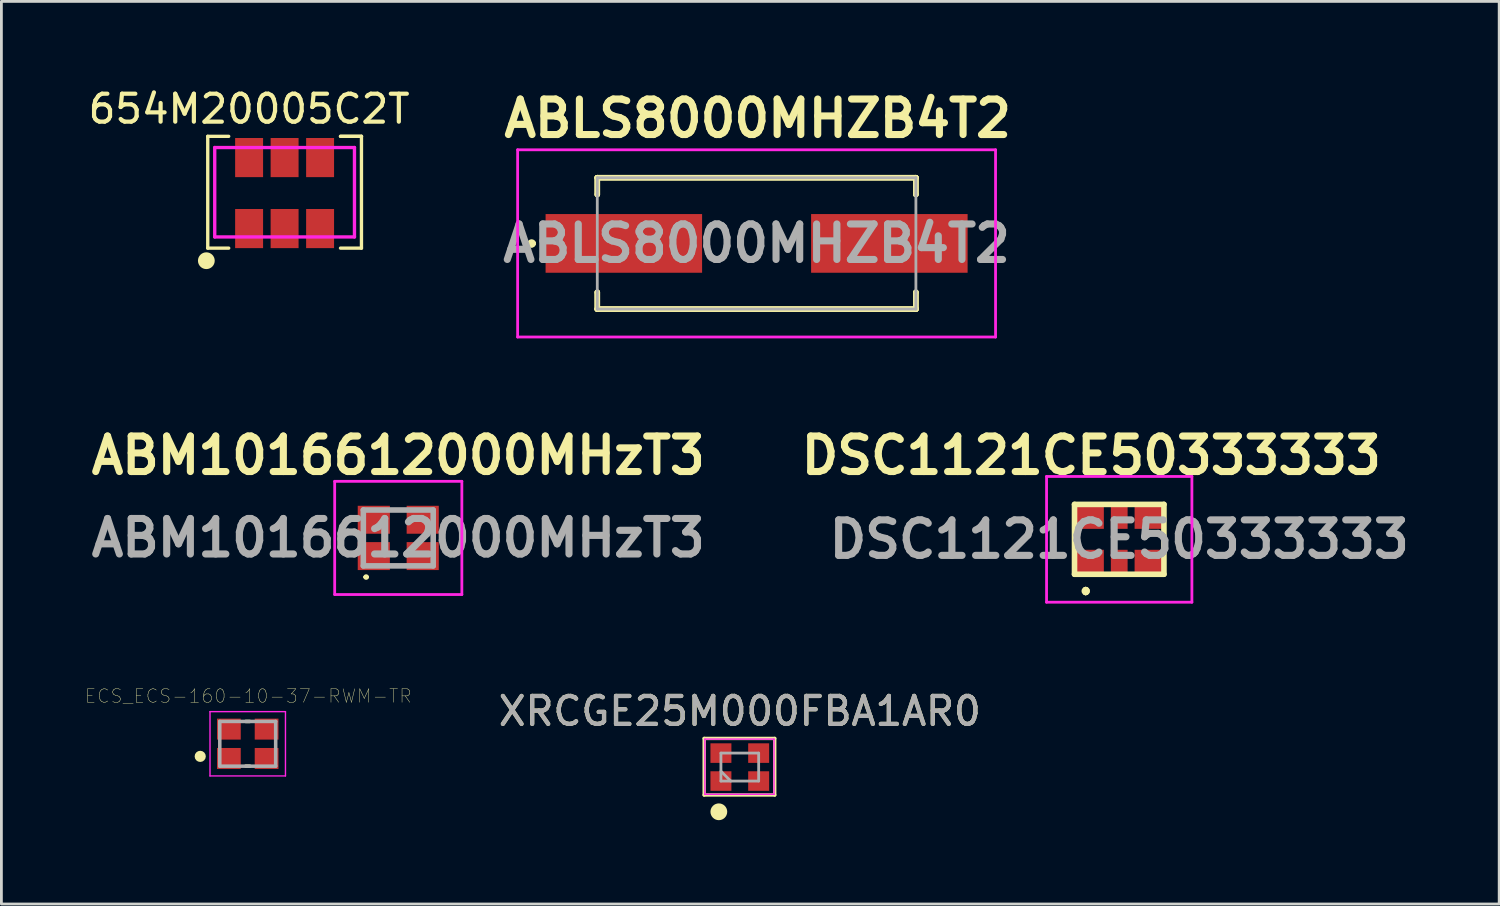
<source format=kicad_pcb>
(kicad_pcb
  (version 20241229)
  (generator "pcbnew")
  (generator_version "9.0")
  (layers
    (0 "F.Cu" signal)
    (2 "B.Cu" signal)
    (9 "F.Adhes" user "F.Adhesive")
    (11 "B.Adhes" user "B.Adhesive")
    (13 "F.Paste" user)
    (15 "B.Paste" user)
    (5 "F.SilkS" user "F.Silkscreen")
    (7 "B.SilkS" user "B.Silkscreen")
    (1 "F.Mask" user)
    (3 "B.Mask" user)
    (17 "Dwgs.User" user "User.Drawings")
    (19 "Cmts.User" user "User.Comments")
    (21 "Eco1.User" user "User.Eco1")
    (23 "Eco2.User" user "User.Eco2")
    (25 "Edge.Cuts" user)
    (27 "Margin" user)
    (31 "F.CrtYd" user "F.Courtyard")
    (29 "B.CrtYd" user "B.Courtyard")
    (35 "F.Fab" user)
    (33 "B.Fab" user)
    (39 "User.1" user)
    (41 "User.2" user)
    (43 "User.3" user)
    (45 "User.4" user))
  (footprint "ABM1016612000MHzT3"
    (layer "F.Cu")
    (at 11.2 16.197)
    (property "Reference" "ABM1016612000MHzT3" (at 0 -2.95 0) (layer "F.SilkS") (effects (font (size 1.27 1.27) (thickness 0.254))))
    (attr smd)
    (fp_line (start -1.2 1.4) (end -1.2 1.4) (stroke (width 0.1) (type solid)) (layer "F.SilkS"))
    (fp_line (start -1.1 1.4) (end -1.1 1.4) (stroke (width 0.1) (type solid)) (layer "F.SilkS"))
    (fp_line (start -0.2 -1) (end 0.2 -1) (stroke (width 0.1) (type solid)) (layer "F.SilkS"))
    (fp_line (start -0.2 1) (end 0.2 1) (stroke (width 0.1) (type solid)) (layer "F.SilkS"))
    (fp_arc (start -1.2 1.4) (mid -1.15 1.35) (end -1.1 1.4) (stroke (width 0.1) (type solid)) (layer "F.SilkS"))
    (fp_arc (start -1.1 1.4) (mid -1.15 1.45) (end -1.2 1.4) (stroke (width 0.1) (type solid)) (layer "F.SilkS"))
    (fp_line (start -2.275 -2.025) (end 2.275 -2.025) (stroke (width 0.1) (type solid)) (layer "F.CrtYd"))
    (fp_line (start -2.275 2.025) (end -2.275 -2.025) (stroke (width 0.1) (type solid)) (layer "F.CrtYd"))
    (fp_line (start 2.275 -2.025) (end 2.275 2.025) (stroke (width 0.1) (type solid)) (layer "F.CrtYd"))
    (fp_line (start 2.275 2.025) (end -2.275 2.025) (stroke (width 0.1) (type solid)) (layer "F.CrtYd"))
    (fp_line (start -1.25 -1) (end 1.25 -1) (stroke (width 0.2) (type solid)) (layer "F.Fab"))
    (fp_line (start -1.25 1) (end -1.25 -1) (stroke (width 0.2) (type solid)) (layer "F.Fab"))
    (fp_line (start 1.25 -1) (end 1.25 1) (stroke (width 0.2) (type solid)) (layer "F.Fab"))
    (fp_line (start 1.25 1) (end -1.25 1) (stroke (width 0.2) (type solid)) (layer "F.Fab"))
    (fp_text user "${REFERENCE}" (at 0 0 0) (layer "F.Fab") (effects (font (size 1.27 1.27) (thickness 0.254))))
    (pad "1" smd rect (at -0.875 0.65 90) (size 1 1.15) (layers "F.Cu" "F.Mask" "F.Paste"))
    (pad "2" smd rect (at 0.875 0.65 90) (size 1 1.15) (layers "F.Cu" "F.Mask" "F.Paste"))
    (pad "3" smd rect (at 0.875 -0.65 90) (size 1 1.15) (layers "F.Cu" "F.Mask" "F.Paste"))
    (pad "4" smd rect (at -0.875 -0.65 90) (size 1 1.15) (layers "F.Cu" "F.Mask" "F.Paste")))
  (footprint "ECS_ECS-160-10-37-RWM-TR"
    (layer "F.Cu")
    (at 5.814 23.563)
    (property "Reference" "ECS_ECS-160-10-37-RWM-TR" (at 0.024 -1.708 0) (layer "F.SilkS") (effects (font (size 0.481 0.481) (thickness 0.015))))
    (attr through_hole)
    (fp_line (start -0.07 -0.8) (end 0.07 -0.8) (stroke (width 0.127) (type solid)) (layer "F.SilkS"))
    (fp_line (start -0.07 0.8) (end 0.07 0.8) (stroke (width 0.127) (type solid)) (layer "F.SilkS"))
    (fp_circle (center -1.7 0.45) (end -1.6 0.45) (stroke (width 0.2) (type solid)) (fill no) (layer "F.SilkS"))
    (fp_line (start -1.35 -1.15) (end -1.35 1.15) (stroke (width 0.05) (type solid)) (layer "F.CrtYd"))
    (fp_line (start -1.35 1.15) (end 1.35 1.15) (stroke (width 0.05) (type solid)) (layer "F.CrtYd"))
    (fp_line (start 1.35 -1.15) (end -1.35 -1.15) (stroke (width 0.05) (type solid)) (layer "F.CrtYd"))
    (fp_line (start 1.35 1.15) (end 1.35 -1.15) (stroke (width 0.05) (type solid)) (layer "F.CrtYd"))
    (fp_line (start -1 -0.8) (end -1 0.8) (stroke (width 0.127) (type solid)) (layer "F.Fab"))
    (fp_line (start -1 0.8) (end 1 0.8) (stroke (width 0.127) (type solid)) (layer "F.Fab"))
    (fp_line (start 1 -0.8) (end -1 -0.8) (stroke (width 0.127) (type solid)) (layer "F.Fab"))
    (fp_line (start 1 0.8) (end 1 -0.8) (stroke (width 0.127) (type solid)) (layer "F.Fab"))
    (pad "1" smd rect (at -0.675 0.525) (size 0.85 0.75) (layers "F.Cu" "F.Mask" "F.Paste"))
    (pad "2" smd rect (at 0.675 0.525) (size 0.85 0.75) (layers "F.Cu" "F.Mask" "F.Paste"))
    (pad "3" smd rect (at 0.675 -0.525) (size 0.85 0.75) (layers "F.Cu" "F.Mask" "F.Paste"))
    (pad "4" smd rect (at -0.675 -0.525) (size 0.85 0.75) (layers "F.Cu" "F.Mask" "F.Paste")))
  (footprint "ABLS8000MHZB4T2"
    (layer "F.Cu")
    (at 24.021 5.659)
    (property "Reference" "ABLS8000MHZB4T2" (at 0.04 -4.47 0) (layer "F.SilkS") (effects (font (size 1.27 1.27) (thickness 0.254))))
    (attr smd)
    (fp_line (start -8.1 0) (end -8.1 0) (stroke (width 0.2) (type solid)) (layer "F.SilkS"))
    (fp_line (start -8.1 0) (end -8.1 0) (stroke (width 0.2) (type solid)) (layer "F.SilkS"))
    (fp_line (start -8 0) (end -8 0) (stroke (width 0.2) (type solid)) (layer "F.SilkS"))
    (fp_line (start -5.7 -2.35) (end -5.7 -2.35) (stroke (width 0.2) (type solid)) (layer "F.SilkS"))
    (fp_line (start -5.7 -2.35) (end -5.7 -2.35) (stroke (width 0.2) (type solid)) (layer "F.SilkS"))
    (fp_line (start -5.7 -2.35) (end -5.7 -1.75) (stroke (width 0.2) (type solid)) (layer "F.SilkS"))
    (fp_line (start -5.7 -2.35) (end 5.7 -2.35) (stroke (width 0.2) (type solid)) (layer "F.SilkS"))
    (fp_line (start -5.7 -1.75) (end -5.7 -2.35) (stroke (width 0.2) (type solid)) (layer "F.SilkS"))
    (fp_line (start -5.7 -1.75) (end -5.7 -1.75) (stroke (width 0.2) (type solid)) (layer "F.SilkS"))
    (fp_line (start -5.7 1.75) (end -5.7 1.75) (stroke (width 0.2) (type solid)) (layer "F.SilkS"))
    (fp_line (start -5.7 1.75) (end -5.7 2.35) (stroke (width 0.2) (type solid)) (layer "F.SilkS"))
    (fp_line (start -5.7 2.35) (end -5.7 1.75) (stroke (width 0.2) (type solid)) (layer "F.SilkS"))
    (fp_line (start -5.7 2.35) (end -5.7 2.35) (stroke (width 0.2) (type solid)) (layer "F.SilkS"))
    (fp_line (start -5.7 2.35) (end -5.7 2.35) (stroke (width 0.2) (type solid)) (layer "F.SilkS"))
    (fp_line (start -5.7 2.35) (end 5.7 2.35) (stroke (width 0.2) (type solid)) (layer "F.SilkS"))
    (fp_line (start 5.7 -2.35) (end -5.7 -2.35) (stroke (width 0.2) (type solid)) (layer "F.SilkS"))
    (fp_line (start 5.7 -2.35) (end 5.7 -2.35) (stroke (width 0.2) (type solid)) (layer "F.SilkS"))
    (fp_line (start 5.7 -2.35) (end 5.7 -2.35) (stroke (width 0.2) (type solid)) (layer "F.SilkS"))
    (fp_line (start 5.7 -2.35) (end 5.7 -1.75) (stroke (width 0.2) (type solid)) (layer "F.SilkS"))
    (fp_line (start 5.7 -1.75) (end 5.7 -2.35) (stroke (width 0.2) (type solid)) (layer "F.SilkS"))
    (fp_line (start 5.7 -1.75) (end 5.7 -1.75) (stroke (width 0.2) (type solid)) (layer "F.SilkS"))
    (fp_line (start 5.7 1.75) (end 5.7 1.75) (stroke (width 0.2) (type solid)) (layer "F.SilkS"))
    (fp_line (start 5.7 1.75) (end 5.7 2.35) (stroke (width 0.2) (type solid)) (layer "F.SilkS"))
    (fp_line (start 5.7 2.35) (end -5.7 2.35) (stroke (width 0.2) (type solid)) (layer "F.SilkS"))
    (fp_line (start 5.7 2.35) (end 5.7 1.75) (stroke (width 0.2) (type solid)) (layer "F.SilkS"))
    (fp_line (start 5.7 2.35) (end 5.7 2.35) (stroke (width 0.2) (type solid)) (layer "F.SilkS"))
    (fp_line (start 5.7 2.35) (end 5.7 2.35) (stroke (width 0.2) (type solid)) (layer "F.SilkS"))
    (fp_arc (start -8.1 0) (mid -8.05 -0.05) (end -8 0) (stroke (width 0.2) (type solid)) (layer "F.SilkS"))
    (fp_arc (start -8 0) (mid -8.05 0.05) (end -8.1 0) (stroke (width 0.2) (type solid)) (layer "F.SilkS"))
    (fp_arc (start -8 0) (mid -8.05 0.05) (end -8.1 0) (stroke (width 0.2) (type solid)) (layer "F.SilkS"))
    (fp_line (start -8.55 -3.35) (end 8.55 -3.35) (stroke (width 0.1) (type solid)) (layer "F.CrtYd"))
    (fp_line (start -8.55 3.35) (end -8.55 -3.35) (stroke (width 0.1) (type solid)) (layer "F.CrtYd"))
    (fp_line (start 8.55 -3.35) (end 8.55 3.35) (stroke (width 0.1) (type solid)) (layer "F.CrtYd"))
    (fp_line (start 8.55 3.35) (end -8.55 3.35) (stroke (width 0.1) (type solid)) (layer "F.CrtYd"))
    (fp_line (start -5.7 -2.35) (end -5.7 2.35) (stroke (width 0.1) (type solid)) (layer "F.Fab"))
    (fp_line (start -5.7 2.35) (end 5.7 2.35) (stroke (width 0.1) (type solid)) (layer "F.Fab"))
    (fp_line (start 5.7 -2.35) (end -5.7 -2.35) (stroke (width 0.1) (type solid)) (layer "F.Fab"))
    (fp_line (start 5.7 2.35) (end 5.7 -2.35) (stroke (width 0.1) (type solid)) (layer "F.Fab"))
    (fp_text user "${REFERENCE}" (at 0 0 0) (layer "F.Fab") (effects (font (size 1.27 1.27) (thickness 0.254))))
    (pad "1" smd rect (at -4.75 0 90) (size 2.1 5.6) (layers "F.Cu" "F.Mask" "F.Paste"))
    (pad "2" smd rect (at 4.75 0 90) (size 2.1 5.6) (layers "F.Cu" "F.Mask" "F.Paste")))
  (footprint "DSC1121CE50333333"
    (layer "F.Cu")
    (at 36.996 16.247)
    (property "Reference" "DSC1121CE50333333" (at -1 -3 0) (layer "F.SilkS") (effects (font (size 1.27 1.27) (thickness 0.254))))
    (attr smd)
    (fp_line (start -1.6 -1.25) (end -1.6 1.25) (stroke (width 0.2) (type solid)) (layer "F.SilkS"))
    (fp_line (start -1.6 1.25) (end 1.6 1.25) (stroke (width 0.2) (type solid)) (layer "F.SilkS"))
    (fp_line (start -1.2 1.8) (end -1.2 1.8) (stroke (width 0.2) (type solid)) (layer "F.SilkS"))
    (fp_line (start -1.2 1.9) (end -1.2 1.9) (stroke (width 0.2) (type solid)) (layer "F.SilkS"))
    (fp_line (start -1.2 1.9) (end -1.2 1.9) (stroke (width 0.2) (type solid)) (layer "F.SilkS"))
    (fp_line (start 1.6 -1.25) (end -1.6 -1.25) (stroke (width 0.2) (type solid)) (layer "F.SilkS"))
    (fp_line (start 1.6 1.25) (end 1.6 -1.25) (stroke (width 0.2) (type solid)) (layer "F.SilkS"))
    (fp_arc (start -1.2 1.8) (mid -1.15 1.85) (end -1.2 1.9) (stroke (width 0.2) (type solid)) (layer "F.SilkS"))
    (fp_arc (start -1.2 1.8) (mid -1.15 1.85) (end -1.2 1.9) (stroke (width 0.2) (type solid)) (layer "F.SilkS"))
    (fp_arc (start -1.2 1.9) (mid -1.25 1.85) (end -1.2 1.8) (stroke (width 0.2) (type solid)) (layer "F.SilkS"))
    (fp_line (start -2.6 -2.25) (end 2.6 -2.25) (stroke (width 0.1) (type solid)) (layer "F.CrtYd"))
    (fp_line (start -2.6 2.25) (end -2.6 -2.25) (stroke (width 0.1) (type solid)) (layer "F.CrtYd"))
    (fp_line (start 2.6 -2.25) (end 2.6 2.25) (stroke (width 0.1) (type solid)) (layer "F.CrtYd"))
    (fp_line (start 2.6 2.25) (end -2.6 2.25) (stroke (width 0.1) (type solid)) (layer "F.CrtYd"))
    (fp_text user "${REFERENCE}" (at 0 0 0) (layer "F.Fab") (effects (font (size 1.27 1.27) (thickness 0.254))))
    (pad "1" smd rect (at -1.05 0.8 90) (size 0.85 1) (layers "F.Cu" "F.Mask" "F.Paste"))
    (pad "2" smd rect (at 0 0.8) (size 0.6 0.85) (layers "F.Cu" "F.Mask" "F.Paste"))
    (pad "3" smd rect (at 1.05 0.8 90) (size 0.85 1) (layers "F.Cu" "F.Mask" "F.Paste"))
    (pad "4" smd rect (at 1.05 -0.8 90) (size 0.85 1) (layers "F.Cu" "F.Mask" "F.Paste"))
    (pad "5" smd rect (at 0 -0.8) (size 0.6 0.85) (layers "F.Cu" "F.Mask" "F.Paste"))
    (pad "6" smd rect (at -1.05 -0.8 90) (size 0.85 1) (layers "F.Cu" "F.Mask" "F.Paste")))
  (footprint "XRCGE25M000FBA1AR0"
    (layer "F.Cu")
    (at 23.42 24.396)
    (property "Reference" "XRCGE25M000FBA1AR0" (at 0 -2 0) (layer "F.SilkS") (effects (font (size 1 1) (thickness 0.15))))
    (attr through_hole)
    (fp_line (start -1.275 -1.025) (end -1.275 1) (stroke (width 0.12) (type solid)) (layer "F.SilkS"))
    (fp_line (start -1.275 1) (end 1.25 1) (stroke (width 0.12) (type solid)) (layer "F.SilkS"))
    (fp_line (start 1.25 -1.025) (end -1.275 -1.025) (stroke (width 0.12) (type solid)) (layer "F.SilkS"))
    (fp_line (start 1.25 1) (end 1.25 -1.025) (stroke (width 0.12) (type solid)) (layer "F.SilkS"))
    (fp_circle (center -0.75 1.6) (end -0.6 1.6) (stroke (width 0.3) (type solid)) (fill no) (layer "F.SilkS"))
    (fp_line (start -1.25 -1) (end 1.225 -1) (stroke (width 0.05) (type solid)) (layer "F.CrtYd"))
    (fp_line (start -1.25 0.975) (end -1.25 -1) (stroke (width 0.05) (type solid)) (layer "F.CrtYd"))
    (fp_line (start 1.225 -1) (end 1.225 0.975) (stroke (width 0.05) (type solid)) (layer "F.CrtYd"))
    (fp_line (start 1.225 0.975) (end -1.25 0.975) (stroke (width 0.05) (type solid)) (layer "F.CrtYd"))
    (fp_line (start -0.675 -0.5) (end -0.675 0.5) (stroke (width 0.1) (type solid)) (layer "F.Fab"))
    (fp_line (start -0.675 -0.5) (end 0.675 -0.5) (stroke (width 0.1) (type solid)) (layer "F.Fab"))
    (fp_line (start -0.675 0.15) (end -0.325 0.5) (stroke (width 0.1) (type solid)) (layer "F.Fab"))
    (fp_line (start -0.675 0.5) (end 0.675 0.5) (stroke (width 0.1) (type solid)) (layer "F.Fab"))
    (fp_line (start 0.675 -0.5) (end 0.675 0.5) (stroke (width 0.1) (type solid)) (layer "F.Fab"))
    (fp_text user "${REFERENCE}" (at 0 -2 0) (layer "F.Fab") (effects (font (size 1 1) (thickness 0.15))))
    (pad "1" smd rect (at -0.675 0.5) (size 0.75 0.7) (layers "F.Cu" "F.Mask" "F.Paste"))
    (pad "2" smd rect (at 0.675 0.5) (size 0.75 0.7) (layers "F.Cu" "F.Mask" "F.Paste"))
    (pad "3" smd rect (at 0.675 -0.5) (size 0.75 0.7) (layers "F.Cu" "F.Mask" "F.Paste"))
    (pad "4" smd rect (at -0.675 -0.5) (size 0.75 0.7) (layers "F.Cu" "F.Mask" "F.Paste")))
  (footprint "654M20005C2T"
    (layer "F.Cu")
    (at 7.133 3.828)
    (property "Reference" "654M20005C2T" (at -1.27 -2.98 0) (layer "F.SilkS") (effects (font (size 1 1) (thickness 0.15))))
    (attr through_hole)
    (fp_line (start -2.75 -2) (end -2.75 2) (stroke (width 0.12) (type solid)) (layer "F.SilkS"))
    (fp_line (start -2.75 2) (end -2 2) (stroke (width 0.12) (type solid)) (layer "F.SilkS"))
    (fp_line (start -2 -2) (end -2.75 -2) (stroke (width 0.12) (type solid)) (layer "F.SilkS"))
    (fp_line (start 2 -2) (end 2.75 -2) (stroke (width 0.12) (type solid)) (layer "F.SilkS"))
    (fp_line (start 2.75 -2) (end 2 -2) (stroke (width 0.12) (type solid)) (layer "F.SilkS"))
    (fp_line (start 2.75 -2) (end 2.75 2) (stroke (width 0.12) (type solid)) (layer "F.SilkS"))
    (fp_line (start 2.75 2) (end 2 2) (stroke (width 0.12) (type solid)) (layer "F.SilkS"))
    (fp_circle (center -2.8 2.45) (end -2.65 2.45) (stroke (width 0.3) (type solid)) (fill no) (layer "F.SilkS"))
    (fp_line (start -2.5 -1.6) (end 2.5 -1.6) (stroke (width 0.12) (type solid)) (layer "F.CrtYd"))
    (fp_line (start -2.5 1.6) (end -2.5 -1.6) (stroke (width 0.12) (type solid)) (layer "F.CrtYd"))
    (fp_line (start 2.5 -1.6) (end 2.5 1.6) (stroke (width 0.12) (type solid)) (layer "F.CrtYd"))
    (fp_line (start 2.5 1.6) (end -2.5 1.6) (stroke (width 0.12) (type solid)) (layer "F.CrtYd"))
    (pad "1" smd rect (at -1.27 1.3) (size 1 1.4) (layers "F.Cu" "F.Mask" "F.Paste"))
    (pad "2" smd rect (at 0 1.3) (size 1 1.4) (layers "F.Cu" "F.Mask" "F.Paste"))
    (pad "3" smd rect (at 1.27 1.3) (size 1 1.4) (layers "F.Cu" "F.Mask" "F.Paste"))
    (pad "4" smd rect (at 1.27 -1.24) (size 1 1.4) (layers "F.Cu" "F.Mask" "F.Paste"))
    (pad "5" smd rect (at 0 -1.24) (size 1 1.4) (layers "F.Cu" "F.Mask" "F.Paste"))
    (pad "6" smd rect (at -1.27 -1.24) (size 1 1.4) (layers "F.Cu" "F.Mask" "F.Paste")))
  (gr_rect
    (start -3 -3)
    (end 50.591 29.296)
    (stroke (width 0.1) (type default))
    (fill no)
    (layer "Edge.Cuts")))
</source>
